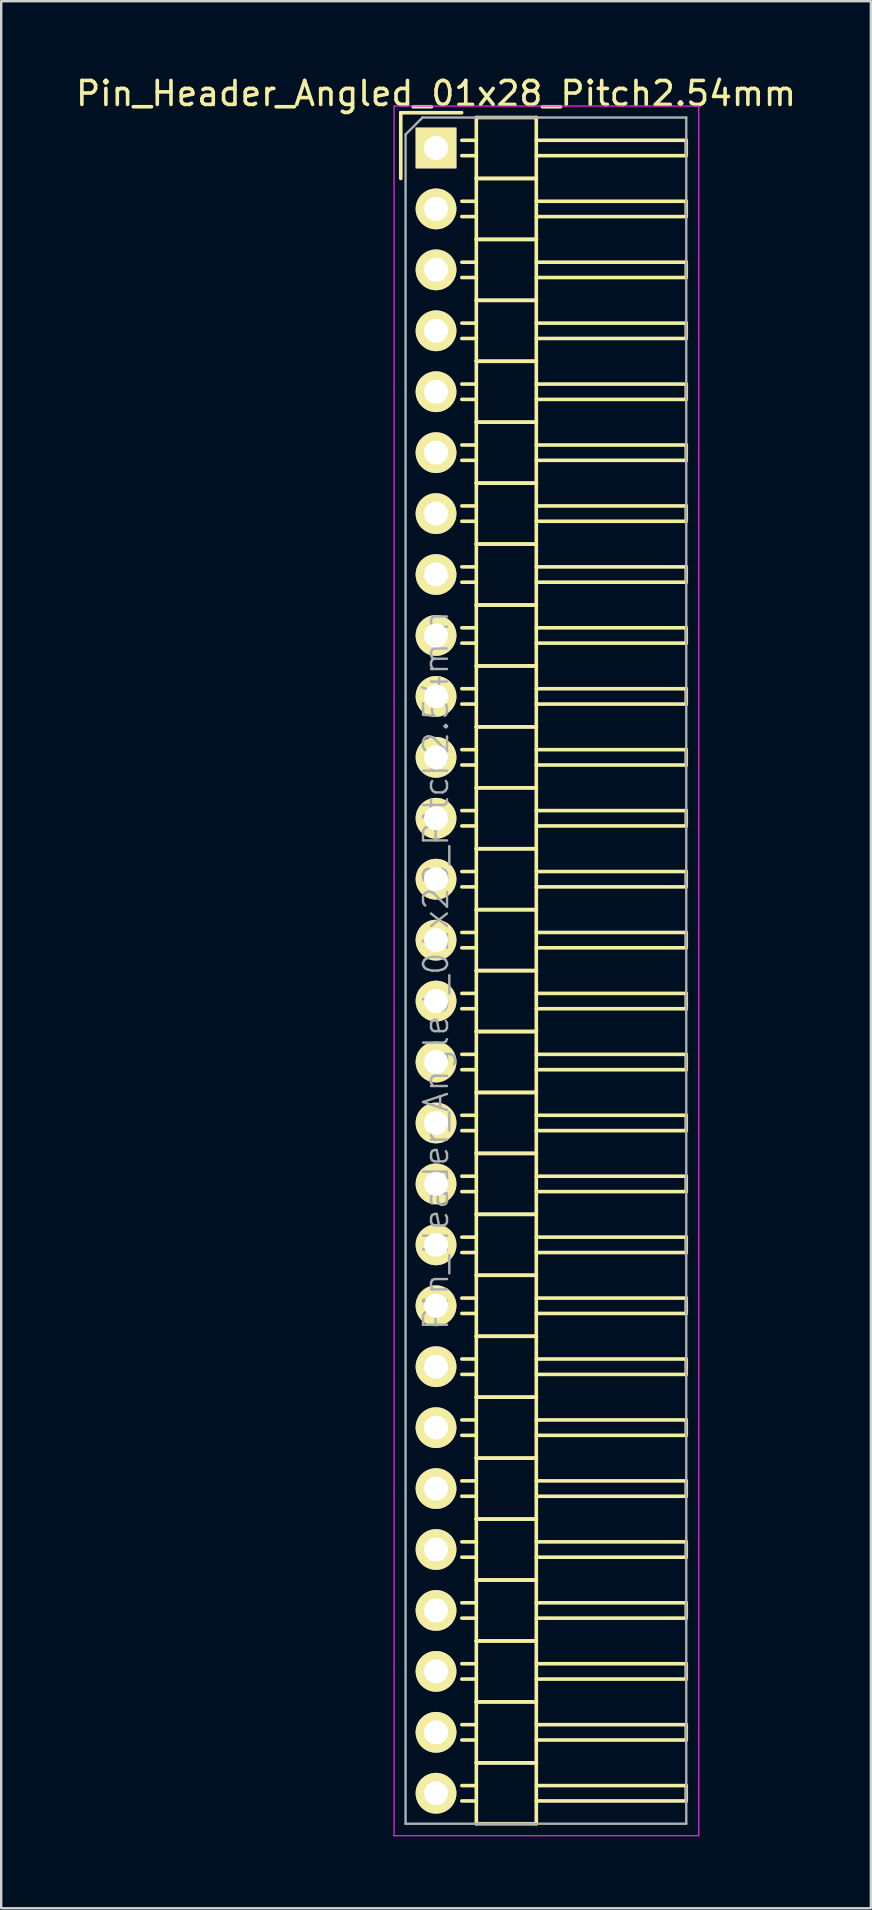
<source format=kicad_pcb>
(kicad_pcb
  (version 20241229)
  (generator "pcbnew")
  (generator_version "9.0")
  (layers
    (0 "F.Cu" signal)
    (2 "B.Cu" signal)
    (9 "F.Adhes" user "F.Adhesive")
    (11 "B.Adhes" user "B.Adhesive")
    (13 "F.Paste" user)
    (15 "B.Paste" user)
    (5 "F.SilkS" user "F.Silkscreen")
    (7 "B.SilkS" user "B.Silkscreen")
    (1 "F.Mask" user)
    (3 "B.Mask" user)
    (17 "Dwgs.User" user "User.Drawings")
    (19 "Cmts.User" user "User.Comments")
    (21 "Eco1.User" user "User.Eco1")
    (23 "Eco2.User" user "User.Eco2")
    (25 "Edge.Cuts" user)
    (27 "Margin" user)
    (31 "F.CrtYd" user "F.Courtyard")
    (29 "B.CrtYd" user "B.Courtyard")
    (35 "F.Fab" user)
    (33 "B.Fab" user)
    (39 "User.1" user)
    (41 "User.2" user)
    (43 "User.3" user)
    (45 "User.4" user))
  (footprint "Pin_Header_Angled_01x28_Pitch2.54mm"
    (layer "F.Cu")
    (at 15.125 3.118)
    (property "Reference" "Pin_Header_Angled_01x28_Pitch2.54mm" (at 0 -2.27 0) (layer "F.SilkS") (effects (font (size 1 1) (thickness 0.15))))
    (attr smd)
    (fp_line (start -1.47 -1.47) (end -1.47 1.27) (stroke (width 0.15) (type solid)) (layer "F.SilkS"))
    (fp_line (start -1.47 -1.47) (end 1.07 -1.47) (stroke (width 0.15) (type solid)) (layer "F.SilkS"))
    (fp_line (start 1.68 -0.32) (end 1.075 -0.32) (stroke (width 0.15) (type solid)) (layer "F.SilkS"))
    (fp_line (start 1.68 0.32) (end 1.075 0.32) (stroke (width 0.15) (type solid)) (layer "F.SilkS"))
    (fp_line (start 1.68 1.27) (end 1.68 -1.27) (stroke (width 0.15) (type solid)) (layer "F.SilkS"))
    (fp_line (start 1.68 2.22) (end 1.075 2.22) (stroke (width 0.15) (type solid)) (layer "F.SilkS"))
    (fp_line (start 1.68 2.86) (end 1.075 2.86) (stroke (width 0.15) (type solid)) (layer "F.SilkS"))
    (fp_line (start 1.68 3.81) (end 1.68 1.27) (stroke (width 0.15) (type solid)) (layer "F.SilkS"))
    (fp_line (start 1.68 4.76) (end 1.075 4.76) (stroke (width 0.15) (type solid)) (layer "F.SilkS"))
    (fp_line (start 1.68 5.4) (end 1.075 5.4) (stroke (width 0.15) (type solid)) (layer "F.SilkS"))
    (fp_line (start 1.68 6.35) (end 1.68 3.81) (stroke (width 0.15) (type solid)) (layer "F.SilkS"))
    (fp_line (start 1.68 7.3) (end 1.075 7.3) (stroke (width 0.15) (type solid)) (layer "F.SilkS"))
    (fp_line (start 1.68 7.94) (end 1.075 7.94) (stroke (width 0.15) (type solid)) (layer "F.SilkS"))
    (fp_line (start 1.68 8.89) (end 1.68 6.35) (stroke (width 0.15) (type solid)) (layer "F.SilkS"))
    (fp_line (start 1.68 9.84) (end 1.075 9.84) (stroke (width 0.15) (type solid)) (layer "F.SilkS"))
    (fp_line (start 1.68 10.48) (end 1.075 10.48) (stroke (width 0.15) (type solid)) (layer "F.SilkS"))
    (fp_line (start 1.68 11.43) (end 1.68 8.89) (stroke (width 0.15) (type solid)) (layer "F.SilkS"))
    (fp_line (start 1.68 12.38) (end 1.075 12.38) (stroke (width 0.15) (type solid)) (layer "F.SilkS"))
    (fp_line (start 1.68 13.02) (end 1.075 13.02) (stroke (width 0.15) (type solid)) (layer "F.SilkS"))
    (fp_line (start 1.68 13.97) (end 1.68 11.43) (stroke (width 0.15) (type solid)) (layer "F.SilkS"))
    (fp_line (start 1.68 14.92) (end 1.075 14.92) (stroke (width 0.15) (type solid)) (layer "F.SilkS"))
    (fp_line (start 1.68 15.56) (end 1.075 15.56) (stroke (width 0.15) (type solid)) (layer "F.SilkS"))
    (fp_line (start 1.68 16.51) (end 1.68 13.97) (stroke (width 0.15) (type solid)) (layer "F.SilkS"))
    (fp_line (start 1.68 17.46) (end 1.075 17.46) (stroke (width 0.15) (type solid)) (layer "F.SilkS"))
    (fp_line (start 1.68 18.1) (end 1.075 18.1) (stroke (width 0.15) (type solid)) (layer "F.SilkS"))
    (fp_line (start 1.68 19.05) (end 1.68 16.51) (stroke (width 0.15) (type solid)) (layer "F.SilkS"))
    (fp_line (start 1.68 20) (end 1.075 20) (stroke (width 0.15) (type solid)) (layer "F.SilkS"))
    (fp_line (start 1.68 20.64) (end 1.075 20.64) (stroke (width 0.15) (type solid)) (layer "F.SilkS"))
    (fp_line (start 1.68 21.59) (end 1.68 19.05) (stroke (width 0.15) (type solid)) (layer "F.SilkS"))
    (fp_line (start 1.68 22.54) (end 1.075 22.54) (stroke (width 0.15) (type solid)) (layer "F.SilkS"))
    (fp_line (start 1.68 23.18) (end 1.075 23.18) (stroke (width 0.15) (type solid)) (layer "F.SilkS"))
    (fp_line (start 1.68 24.13) (end 1.68 21.59) (stroke (width 0.15) (type solid)) (layer "F.SilkS"))
    (fp_line (start 1.68 25.08) (end 1.075 25.08) (stroke (width 0.15) (type solid)) (layer "F.SilkS"))
    (fp_line (start 1.68 25.72) (end 1.075 25.72) (stroke (width 0.15) (type solid)) (layer "F.SilkS"))
    (fp_line (start 1.68 26.67) (end 1.68 24.13) (stroke (width 0.15) (type solid)) (layer "F.SilkS"))
    (fp_line (start 1.68 27.62) (end 1.075 27.62) (stroke (width 0.15) (type solid)) (layer "F.SilkS"))
    (fp_line (start 1.68 28.26) (end 1.075 28.26) (stroke (width 0.15) (type solid)) (layer "F.SilkS"))
    (fp_line (start 1.68 29.21) (end 1.68 26.67) (stroke (width 0.15) (type solid)) (layer "F.SilkS"))
    (fp_line (start 1.68 30.16) (end 1.075 30.16) (stroke (width 0.15) (type solid)) (layer "F.SilkS"))
    (fp_line (start 1.68 30.8) (end 1.075 30.8) (stroke (width 0.15) (type solid)) (layer "F.SilkS"))
    (fp_line (start 1.68 31.75) (end 1.68 29.21) (stroke (width 0.15) (type solid)) (layer "F.SilkS"))
    (fp_line (start 1.68 32.7) (end 1.075 32.7) (stroke (width 0.15) (type solid)) (layer "F.SilkS"))
    (fp_line (start 1.68 33.34) (end 1.075 33.34) (stroke (width 0.15) (type solid)) (layer "F.SilkS"))
    (fp_line (start 1.68 34.29) (end 1.68 31.75) (stroke (width 0.15) (type solid)) (layer "F.SilkS"))
    (fp_line (start 1.68 35.24) (end 1.075 35.24) (stroke (width 0.15) (type solid)) (layer "F.SilkS"))
    (fp_line (start 1.68 35.88) (end 1.075 35.88) (stroke (width 0.15) (type solid)) (layer "F.SilkS"))
    (fp_line (start 1.68 36.83) (end 1.68 34.29) (stroke (width 0.15) (type solid)) (layer "F.SilkS"))
    (fp_line (start 1.68 37.78) (end 1.075 37.78) (stroke (width 0.15) (type solid)) (layer "F.SilkS"))
    (fp_line (start 1.68 38.42) (end 1.075 38.42) (stroke (width 0.15) (type solid)) (layer "F.SilkS"))
    (fp_line (start 1.68 39.37) (end 1.68 36.83) (stroke (width 0.15) (type solid)) (layer "F.SilkS"))
    (fp_line (start 1.68 40.32) (end 1.075 40.32) (stroke (width 0.15) (type solid)) (layer "F.SilkS"))
    (fp_line (start 1.68 40.96) (end 1.075 40.96) (stroke (width 0.15) (type solid)) (layer "F.SilkS"))
    (fp_line (start 1.68 41.91) (end 1.68 39.37) (stroke (width 0.15) (type solid)) (layer "F.SilkS"))
    (fp_line (start 1.68 42.86) (end 1.075 42.86) (stroke (width 0.15) (type solid)) (layer "F.SilkS"))
    (fp_line (start 1.68 43.5) (end 1.075 43.5) (stroke (width 0.15) (type solid)) (layer "F.SilkS"))
    (fp_line (start 1.68 44.45) (end 1.68 41.91) (stroke (width 0.15) (type solid)) (layer "F.SilkS"))
    (fp_line (start 1.68 45.4) (end 1.075 45.4) (stroke (width 0.15) (type solid)) (layer "F.SilkS"))
    (fp_line (start 1.68 46.04) (end 1.075 46.04) (stroke (width 0.15) (type solid)) (layer "F.SilkS"))
    (fp_line (start 1.68 46.99) (end 1.68 44.45) (stroke (width 0.15) (type solid)) (layer "F.SilkS"))
    (fp_line (start 1.68 47.94) (end 1.075 47.94) (stroke (width 0.15) (type solid)) (layer "F.SilkS"))
    (fp_line (start 1.68 48.58) (end 1.075 48.58) (stroke (width 0.15) (type solid)) (layer "F.SilkS"))
    (fp_line (start 1.68 49.53) (end 1.68 46.99) (stroke (width 0.15) (type solid)) (layer "F.SilkS"))
    (fp_line (start 1.68 50.48) (end 1.075 50.48) (stroke (width 0.15) (type solid)) (layer "F.SilkS"))
    (fp_line (start 1.68 51.12) (end 1.075 51.12) (stroke (width 0.15) (type solid)) (layer "F.SilkS"))
    (fp_line (start 1.68 52.07) (end 1.68 49.53) (stroke (width 0.15) (type solid)) (layer "F.SilkS"))
    (fp_line (start 1.68 53.02) (end 1.075 53.02) (stroke (width 0.15) (type solid)) (layer "F.SilkS"))
    (fp_line (start 1.68 53.66) (end 1.075 53.66) (stroke (width 0.15) (type solid)) (layer "F.SilkS"))
    (fp_line (start 1.68 54.61) (end 1.68 52.07) (stroke (width 0.15) (type solid)) (layer "F.SilkS"))
    (fp_line (start 1.68 55.56) (end 1.075 55.56) (stroke (width 0.15) (type solid)) (layer "F.SilkS"))
    (fp_line (start 1.68 56.2) (end 1.075 56.2) (stroke (width 0.15) (type solid)) (layer "F.SilkS"))
    (fp_line (start 1.68 57.15) (end 1.68 54.61) (stroke (width 0.15) (type solid)) (layer "F.SilkS"))
    (fp_line (start 1.68 58.1) (end 1.075 58.1) (stroke (width 0.15) (type solid)) (layer "F.SilkS"))
    (fp_line (start 1.68 58.74) (end 1.075 58.74) (stroke (width 0.15) (type solid)) (layer "F.SilkS"))
    (fp_line (start 1.68 59.69) (end 1.68 57.15) (stroke (width 0.15) (type solid)) (layer "F.SilkS"))
    (fp_line (start 1.68 60.64) (end 1.075 60.64) (stroke (width 0.15) (type solid)) (layer "F.SilkS"))
    (fp_line (start 1.68 61.28) (end 1.075 61.28) (stroke (width 0.15) (type solid)) (layer "F.SilkS"))
    (fp_line (start 1.68 62.23) (end 1.68 59.69) (stroke (width 0.15) (type solid)) (layer "F.SilkS"))
    (fp_line (start 1.68 63.18) (end 1.075 63.18) (stroke (width 0.15) (type solid)) (layer "F.SilkS"))
    (fp_line (start 1.68 63.82) (end 1.075 63.82) (stroke (width 0.15) (type solid)) (layer "F.SilkS"))
    (fp_line (start 1.68 64.77) (end 1.68 62.23) (stroke (width 0.15) (type solid)) (layer "F.SilkS"))
    (fp_line (start 1.68 65.72) (end 1.075 65.72) (stroke (width 0.15) (type solid)) (layer "F.SilkS"))
    (fp_line (start 1.68 66.36) (end 1.075 66.36) (stroke (width 0.15) (type solid)) (layer "F.SilkS"))
    (fp_line (start 1.68 67.31) (end 1.68 64.77) (stroke (width 0.15) (type solid)) (layer "F.SilkS"))
    (fp_line (start 1.68 68.26) (end 1.075 68.26) (stroke (width 0.15) (type solid)) (layer "F.SilkS"))
    (fp_line (start 1.68 68.9) (end 1.075 68.9) (stroke (width 0.15) (type solid)) (layer "F.SilkS"))
    (fp_line (start 1.68 69.85) (end 1.68 67.31) (stroke (width 0.15) (type solid)) (layer "F.SilkS"))
    (fp_line (start 4.18 -1.27) (end 1.68 -1.27) (stroke (width 0.15) (type solid)) (layer "F.SilkS"))
    (fp_line (start 4.18 -0.32) (end 10.43 -0.32) (stroke (width 0.15) (type solid)) (layer "F.SilkS"))
    (fp_line (start 4.18 0.32) (end 10.43 0.32) (stroke (width 0.15) (type solid)) (layer "F.SilkS"))
    (fp_line (start 4.18 1.27) (end 1.68 1.27) (stroke (width 0.15) (type solid)) (layer "F.SilkS"))
    (fp_line (start 4.18 1.27) (end 1.68 1.27) (stroke (width 0.15) (type solid)) (layer "F.SilkS"))
    (fp_line (start 4.18 1.27) (end 4.18 -1.27) (stroke (width 0.15) (type solid)) (layer "F.SilkS"))
    (fp_line (start 4.18 2.22) (end 10.43 2.22) (stroke (width 0.15) (type solid)) (layer "F.SilkS"))
    (fp_line (start 4.18 2.86) (end 10.43 2.86) (stroke (width 0.15) (type solid)) (layer "F.SilkS"))
    (fp_line (start 4.18 3.81) (end 1.68 3.81) (stroke (width 0.15) (type solid)) (layer "F.SilkS"))
    (fp_line (start 4.18 3.81) (end 1.68 3.81) (stroke (width 0.15) (type solid)) (layer "F.SilkS"))
    (fp_line (start 4.18 3.81) (end 4.18 1.27) (stroke (width 0.15) (type solid)) (layer "F.SilkS"))
    (fp_line (start 4.18 4.76) (end 10.43 4.76) (stroke (width 0.15) (type solid)) (layer "F.SilkS"))
    (fp_line (start 4.18 5.4) (end 10.43 5.4) (stroke (width 0.15) (type solid)) (layer "F.SilkS"))
    (fp_line (start 4.18 6.35) (end 1.68 6.35) (stroke (width 0.15) (type solid)) (layer "F.SilkS"))
    (fp_line (start 4.18 6.35) (end 1.68 6.35) (stroke (width 0.15) (type solid)) (layer "F.SilkS"))
    (fp_line (start 4.18 6.35) (end 4.18 3.81) (stroke (width 0.15) (type solid)) (layer "F.SilkS"))
    (fp_line (start 4.18 7.3) (end 10.43 7.3) (stroke (width 0.15) (type solid)) (layer "F.SilkS"))
    (fp_line (start 4.18 7.94) (end 10.43 7.94) (stroke (width 0.15) (type solid)) (layer "F.SilkS"))
    (fp_line (start 4.18 8.89) (end 1.68 8.89) (stroke (width 0.15) (type solid)) (layer "F.SilkS"))
    (fp_line (start 4.18 8.89) (end 1.68 8.89) (stroke (width 0.15) (type solid)) (layer "F.SilkS"))
    (fp_line (start 4.18 8.89) (end 4.18 6.35) (stroke (width 0.15) (type solid)) (layer "F.SilkS"))
    (fp_line (start 4.18 9.84) (end 10.43 9.84) (stroke (width 0.15) (type solid)) (layer "F.SilkS"))
    (fp_line (start 4.18 10.48) (end 10.43 10.48) (stroke (width 0.15) (type solid)) (layer "F.SilkS"))
    (fp_line (start 4.18 11.43) (end 1.68 11.43) (stroke (width 0.15) (type solid)) (layer "F.SilkS"))
    (fp_line (start 4.18 11.43) (end 1.68 11.43) (stroke (width 0.15) (type solid)) (layer "F.SilkS"))
    (fp_line (start 4.18 11.43) (end 4.18 8.89) (stroke (width 0.15) (type solid)) (layer "F.SilkS"))
    (fp_line (start 4.18 12.38) (end 10.43 12.38) (stroke (width 0.15) (type solid)) (layer "F.SilkS"))
    (fp_line (start 4.18 13.02) (end 10.43 13.02) (stroke (width 0.15) (type solid)) (layer "F.SilkS"))
    (fp_line (start 4.18 13.97) (end 1.68 13.97) (stroke (width 0.15) (type solid)) (layer "F.SilkS"))
    (fp_line (start 4.18 13.97) (end 1.68 13.97) (stroke (width 0.15) (type solid)) (layer "F.SilkS"))
    (fp_line (start 4.18 13.97) (end 4.18 11.43) (stroke (width 0.15) (type solid)) (layer "F.SilkS"))
    (fp_line (start 4.18 14.92) (end 10.43 14.92) (stroke (width 0.15) (type solid)) (layer "F.SilkS"))
    (fp_line (start 4.18 15.56) (end 10.43 15.56) (stroke (width 0.15) (type solid)) (layer "F.SilkS"))
    (fp_line (start 4.18 16.51) (end 1.68 16.51) (stroke (width 0.15) (type solid)) (layer "F.SilkS"))
    (fp_line (start 4.18 16.51) (end 1.68 16.51) (stroke (width 0.15) (type solid)) (layer "F.SilkS"))
    (fp_line (start 4.18 16.51) (end 4.18 13.97) (stroke (width 0.15) (type solid)) (layer "F.SilkS"))
    (fp_line (start 4.18 17.46) (end 10.43 17.46) (stroke (width 0.15) (type solid)) (layer "F.SilkS"))
    (fp_line (start 4.18 18.1) (end 10.43 18.1) (stroke (width 0.15) (type solid)) (layer "F.SilkS"))
    (fp_line (start 4.18 19.05) (end 1.68 19.05) (stroke (width 0.15) (type solid)) (layer "F.SilkS"))
    (fp_line (start 4.18 19.05) (end 1.68 19.05) (stroke (width 0.15) (type solid)) (layer "F.SilkS"))
    (fp_line (start 4.18 19.05) (end 4.18 16.51) (stroke (width 0.15) (type solid)) (layer "F.SilkS"))
    (fp_line (start 4.18 20) (end 10.43 20) (stroke (width 0.15) (type solid)) (layer "F.SilkS"))
    (fp_line (start 4.18 20.64) (end 10.43 20.64) (stroke (width 0.15) (type solid)) (layer "F.SilkS"))
    (fp_line (start 4.18 21.59) (end 1.68 21.59) (stroke (width 0.15) (type solid)) (layer "F.SilkS"))
    (fp_line (start 4.18 21.59) (end 1.68 21.59) (stroke (width 0.15) (type solid)) (layer "F.SilkS"))
    (fp_line (start 4.18 21.59) (end 4.18 19.05) (stroke (width 0.15) (type solid)) (layer "F.SilkS"))
    (fp_line (start 4.18 22.54) (end 10.43 22.54) (stroke (width 0.15) (type solid)) (layer "F.SilkS"))
    (fp_line (start 4.18 23.18) (end 10.43 23.18) (stroke (width 0.15) (type solid)) (layer "F.SilkS"))
    (fp_line (start 4.18 24.13) (end 1.68 24.13) (stroke (width 0.15) (type solid)) (layer "F.SilkS"))
    (fp_line (start 4.18 24.13) (end 1.68 24.13) (stroke (width 0.15) (type solid)) (layer "F.SilkS"))
    (fp_line (start 4.18 24.13) (end 4.18 21.59) (stroke (width 0.15) (type solid)) (layer "F.SilkS"))
    (fp_line (start 4.18 25.08) (end 10.43 25.08) (stroke (width 0.15) (type solid)) (layer "F.SilkS"))
    (fp_line (start 4.18 25.72) (end 10.43 25.72) (stroke (width 0.15) (type solid)) (layer "F.SilkS"))
    (fp_line (start 4.18 26.67) (end 1.68 26.67) (stroke (width 0.15) (type solid)) (layer "F.SilkS"))
    (fp_line (start 4.18 26.67) (end 1.68 26.67) (stroke (width 0.15) (type solid)) (layer "F.SilkS"))
    (fp_line (start 4.18 26.67) (end 4.18 24.13) (stroke (width 0.15) (type solid)) (layer "F.SilkS"))
    (fp_line (start 4.18 27.62) (end 10.43 27.62) (stroke (width 0.15) (type solid)) (layer "F.SilkS"))
    (fp_line (start 4.18 28.26) (end 10.43 28.26) (stroke (width 0.15) (type solid)) (layer "F.SilkS"))
    (fp_line (start 4.18 29.21) (end 1.68 29.21) (stroke (width 0.15) (type solid)) (layer "F.SilkS"))
    (fp_line (start 4.18 29.21) (end 1.68 29.21) (stroke (width 0.15) (type solid)) (layer "F.SilkS"))
    (fp_line (start 4.18 29.21) (end 4.18 26.67) (stroke (width 0.15) (type solid)) (layer "F.SilkS"))
    (fp_line (start 4.18 30.16) (end 10.43 30.16) (stroke (width 0.15) (type solid)) (layer "F.SilkS"))
    (fp_line (start 4.18 30.8) (end 10.43 30.8) (stroke (width 0.15) (type solid)) (layer "F.SilkS"))
    (fp_line (start 4.18 31.75) (end 1.68 31.75) (stroke (width 0.15) (type solid)) (layer "F.SilkS"))
    (fp_line (start 4.18 31.75) (end 1.68 31.75) (stroke (width 0.15) (type solid)) (layer "F.SilkS"))
    (fp_line (start 4.18 31.75) (end 4.18 29.21) (stroke (width 0.15) (type solid)) (layer "F.SilkS"))
    (fp_line (start 4.18 32.7) (end 10.43 32.7) (stroke (width 0.15) (type solid)) (layer "F.SilkS"))
    (fp_line (start 4.18 33.34) (end 10.43 33.34) (stroke (width 0.15) (type solid)) (layer "F.SilkS"))
    (fp_line (start 4.18 34.29) (end 1.68 34.29) (stroke (width 0.15) (type solid)) (layer "F.SilkS"))
    (fp_line (start 4.18 34.29) (end 1.68 34.29) (stroke (width 0.15) (type solid)) (layer "F.SilkS"))
    (fp_line (start 4.18 34.29) (end 4.18 31.75) (stroke (width 0.15) (type solid)) (layer "F.SilkS"))
    (fp_line (start 4.18 35.24) (end 10.43 35.24) (stroke (width 0.15) (type solid)) (layer "F.SilkS"))
    (fp_line (start 4.18 35.88) (end 10.43 35.88) (stroke (width 0.15) (type solid)) (layer "F.SilkS"))
    (fp_line (start 4.18 36.83) (end 1.68 36.83) (stroke (width 0.15) (type solid)) (layer "F.SilkS"))
    (fp_line (start 4.18 36.83) (end 1.68 36.83) (stroke (width 0.15) (type solid)) (layer "F.SilkS"))
    (fp_line (start 4.18 36.83) (end 4.18 34.29) (stroke (width 0.15) (type solid)) (layer "F.SilkS"))
    (fp_line (start 4.18 37.78) (end 10.43 37.78) (stroke (width 0.15) (type solid)) (layer "F.SilkS"))
    (fp_line (start 4.18 38.42) (end 10.43 38.42) (stroke (width 0.15) (type solid)) (layer "F.SilkS"))
    (fp_line (start 4.18 39.37) (end 1.68 39.37) (stroke (width 0.15) (type solid)) (layer "F.SilkS"))
    (fp_line (start 4.18 39.37) (end 1.68 39.37) (stroke (width 0.15) (type solid)) (layer "F.SilkS"))
    (fp_line (start 4.18 39.37) (end 4.18 36.83) (stroke (width 0.15) (type solid)) (layer "F.SilkS"))
    (fp_line (start 4.18 40.32) (end 10.43 40.32) (stroke (width 0.15) (type solid)) (layer "F.SilkS"))
    (fp_line (start 4.18 40.96) (end 10.43 40.96) (stroke (width 0.15) (type solid)) (layer "F.SilkS"))
    (fp_line (start 4.18 41.91) (end 1.68 41.91) (stroke (width 0.15) (type solid)) (layer "F.SilkS"))
    (fp_line (start 4.18 41.91) (end 1.68 41.91) (stroke (width 0.15) (type solid)) (layer "F.SilkS"))
    (fp_line (start 4.18 41.91) (end 4.18 39.37) (stroke (width 0.15) (type solid)) (layer "F.SilkS"))
    (fp_line (start 4.18 42.86) (end 10.43 42.86) (stroke (width 0.15) (type solid)) (layer "F.SilkS"))
    (fp_line (start 4.18 43.5) (end 10.43 43.5) (stroke (width 0.15) (type solid)) (layer "F.SilkS"))
    (fp_line (start 4.18 44.45) (end 1.68 44.45) (stroke (width 0.15) (type solid)) (layer "F.SilkS"))
    (fp_line (start 4.18 44.45) (end 1.68 44.45) (stroke (width 0.15) (type solid)) (layer "F.SilkS"))
    (fp_line (start 4.18 44.45) (end 4.18 41.91) (stroke (width 0.15) (type solid)) (layer "F.SilkS"))
    (fp_line (start 4.18 45.4) (end 10.43 45.4) (stroke (width 0.15) (type solid)) (layer "F.SilkS"))
    (fp_line (start 4.18 46.04) (end 10.43 46.04) (stroke (width 0.15) (type solid)) (layer "F.SilkS"))
    (fp_line (start 4.18 46.99) (end 1.68 46.99) (stroke (width 0.15) (type solid)) (layer "F.SilkS"))
    (fp_line (start 4.18 46.99) (end 1.68 46.99) (stroke (width 0.15) (type solid)) (layer "F.SilkS"))
    (fp_line (start 4.18 46.99) (end 4.18 44.45) (stroke (width 0.15) (type solid)) (layer "F.SilkS"))
    (fp_line (start 4.18 47.94) (end 10.43 47.94) (stroke (width 0.15) (type solid)) (layer "F.SilkS"))
    (fp_line (start 4.18 48.58) (end 10.43 48.58) (stroke (width 0.15) (type solid)) (layer "F.SilkS"))
    (fp_line (start 4.18 49.53) (end 1.68 49.53) (stroke (width 0.15) (type solid)) (layer "F.SilkS"))
    (fp_line (start 4.18 49.53) (end 1.68 49.53) (stroke (width 0.15) (type solid)) (layer "F.SilkS"))
    (fp_line (start 4.18 49.53) (end 4.18 46.99) (stroke (width 0.15) (type solid)) (layer "F.SilkS"))
    (fp_line (start 4.18 50.48) (end 10.43 50.48) (stroke (width 0.15) (type solid)) (layer "F.SilkS"))
    (fp_line (start 4.18 51.12) (end 10.43 51.12) (stroke (width 0.15) (type solid)) (layer "F.SilkS"))
    (fp_line (start 4.18 52.07) (end 1.68 52.07) (stroke (width 0.15) (type solid)) (layer "F.SilkS"))
    (fp_line (start 4.18 52.07) (end 1.68 52.07) (stroke (width 0.15) (type solid)) (layer "F.SilkS"))
    (fp_line (start 4.18 52.07) (end 4.18 49.53) (stroke (width 0.15) (type solid)) (layer "F.SilkS"))
    (fp_line (start 4.18 53.02) (end 10.43 53.02) (stroke (width 0.15) (type solid)) (layer "F.SilkS"))
    (fp_line (start 4.18 53.66) (end 10.43 53.66) (stroke (width 0.15) (type solid)) (layer "F.SilkS"))
    (fp_line (start 4.18 54.61) (end 1.68 54.61) (stroke (width 0.15) (type solid)) (layer "F.SilkS"))
    (fp_line (start 4.18 54.61) (end 1.68 54.61) (stroke (width 0.15) (type solid)) (layer "F.SilkS"))
    (fp_line (start 4.18 54.61) (end 4.18 52.07) (stroke (width 0.15) (type solid)) (layer "F.SilkS"))
    (fp_line (start 4.18 55.56) (end 10.43 55.56) (stroke (width 0.15) (type solid)) (layer "F.SilkS"))
    (fp_line (start 4.18 56.2) (end 10.43 56.2) (stroke (width 0.15) (type solid)) (layer "F.SilkS"))
    (fp_line (start 4.18 57.15) (end 1.68 57.15) (stroke (width 0.15) (type solid)) (layer "F.SilkS"))
    (fp_line (start 4.18 57.15) (end 1.68 57.15) (stroke (width 0.15) (type solid)) (layer "F.SilkS"))
    (fp_line (start 4.18 57.15) (end 4.18 54.61) (stroke (width 0.15) (type solid)) (layer "F.SilkS"))
    (fp_line (start 4.18 58.1) (end 10.43 58.1) (stroke (width 0.15) (type solid)) (layer "F.SilkS"))
    (fp_line (start 4.18 58.74) (end 10.43 58.74) (stroke (width 0.15) (type solid)) (layer "F.SilkS"))
    (fp_line (start 4.18 59.69) (end 1.68 59.69) (stroke (width 0.15) (type solid)) (layer "F.SilkS"))
    (fp_line (start 4.18 59.69) (end 1.68 59.69) (stroke (width 0.15) (type solid)) (layer "F.SilkS"))
    (fp_line (start 4.18 59.69) (end 4.18 57.15) (stroke (width 0.15) (type solid)) (layer "F.SilkS"))
    (fp_line (start 4.18 60.64) (end 10.43 60.64) (stroke (width 0.15) (type solid)) (layer "F.SilkS"))
    (fp_line (start 4.18 61.28) (end 10.43 61.28) (stroke (width 0.15) (type solid)) (layer "F.SilkS"))
    (fp_line (start 4.18 62.23) (end 1.68 62.23) (stroke (width 0.15) (type solid)) (layer "F.SilkS"))
    (fp_line (start 4.18 62.23) (end 1.68 62.23) (stroke (width 0.15) (type solid)) (layer "F.SilkS"))
    (fp_line (start 4.18 62.23) (end 4.18 59.69) (stroke (width 0.15) (type solid)) (layer "F.SilkS"))
    (fp_line (start 4.18 63.18) (end 10.43 63.18) (stroke (width 0.15) (type solid)) (layer "F.SilkS"))
    (fp_line (start 4.18 63.82) (end 10.43 63.82) (stroke (width 0.15) (type solid)) (layer "F.SilkS"))
    (fp_line (start 4.18 64.77) (end 1.68 64.77) (stroke (width 0.15) (type solid)) (layer "F.SilkS"))
    (fp_line (start 4.18 64.77) (end 1.68 64.77) (stroke (width 0.15) (type solid)) (layer "F.SilkS"))
    (fp_line (start 4.18 64.77) (end 4.18 62.23) (stroke (width 0.15) (type solid)) (layer "F.SilkS"))
    (fp_line (start 4.18 65.72) (end 10.43 65.72) (stroke (width 0.15) (type solid)) (layer "F.SilkS"))
    (fp_line (start 4.18 66.36) (end 10.43 66.36) (stroke (width 0.15) (type solid)) (layer "F.SilkS"))
    (fp_line (start 4.18 67.31) (end 1.68 67.31) (stroke (width 0.15) (type solid)) (layer "F.SilkS"))
    (fp_line (start 4.18 67.31) (end 1.68 67.31) (stroke (width 0.15) (type solid)) (layer "F.SilkS"))
    (fp_line (start 4.18 67.31) (end 4.18 64.77) (stroke (width 0.15) (type solid)) (layer "F.SilkS"))
    (fp_line (start 4.18 68.26) (end 10.43 68.26) (stroke (width 0.15) (type solid)) (layer "F.SilkS"))
    (fp_line (start 4.18 68.9) (end 10.43 68.9) (stroke (width 0.15) (type solid)) (layer "F.SilkS"))
    (fp_line (start 4.18 69.85) (end 1.68 69.85) (stroke (width 0.15) (type solid)) (layer "F.SilkS"))
    (fp_line (start 4.18 69.85) (end 4.18 67.31) (stroke (width 0.15) (type solid)) (layer "F.SilkS"))
    (fp_line (start 10.43 0.32) (end 10.43 -0.32) (stroke (width 0.15) (type solid)) (layer "F.SilkS"))
    (fp_line (start 10.43 2.86) (end 10.43 2.22) (stroke (width 0.15) (type solid)) (layer "F.SilkS"))
    (fp_line (start 10.43 5.4) (end 10.43 4.76) (stroke (width 0.15) (type solid)) (layer "F.SilkS"))
    (fp_line (start 10.43 7.94) (end 10.43 7.3) (stroke (width 0.15) (type solid)) (layer "F.SilkS"))
    (fp_line (start 10.43 10.48) (end 10.43 9.84) (stroke (width 0.15) (type solid)) (layer "F.SilkS"))
    (fp_line (start 10.43 13.02) (end 10.43 12.38) (stroke (width 0.15) (type solid)) (layer "F.SilkS"))
    (fp_line (start 10.43 15.56) (end 10.43 14.92) (stroke (width 0.15) (type solid)) (layer "F.SilkS"))
    (fp_line (start 10.43 18.1) (end 10.43 17.46) (stroke (width 0.15) (type solid)) (layer "F.SilkS"))
    (fp_line (start 10.43 20.64) (end 10.43 20) (stroke (width 0.15) (type solid)) (layer "F.SilkS"))
    (fp_line (start 10.43 23.18) (end 10.43 22.54) (stroke (width 0.15) (type solid)) (layer "F.SilkS"))
    (fp_line (start 10.43 25.72) (end 10.43 25.08) (stroke (width 0.15) (type solid)) (layer "F.SilkS"))
    (fp_line (start 10.43 28.26) (end 10.43 27.62) (stroke (width 0.15) (type solid)) (layer "F.SilkS"))
    (fp_line (start 10.43 30.8) (end 10.43 30.16) (stroke (width 0.15) (type solid)) (layer "F.SilkS"))
    (fp_line (start 10.43 33.34) (end 10.43 32.7) (stroke (width 0.15) (type solid)) (layer "F.SilkS"))
    (fp_line (start 10.43 35.88) (end 10.43 35.24) (stroke (width 0.15) (type solid)) (layer "F.SilkS"))
    (fp_line (start 10.43 38.42) (end 10.43 37.78) (stroke (width 0.15) (type solid)) (layer "F.SilkS"))
    (fp_line (start 10.43 40.96) (end 10.43 40.32) (stroke (width 0.15) (type solid)) (layer "F.SilkS"))
    (fp_line (start 10.43 43.5) (end 10.43 42.86) (stroke (width 0.15) (type solid)) (layer "F.SilkS"))
    (fp_line (start 10.43 46.04) (end 10.43 45.4) (stroke (width 0.15) (type solid)) (layer "F.SilkS"))
    (fp_line (start 10.43 48.58) (end 10.43 47.94) (stroke (width 0.15) (type solid)) (layer "F.SilkS"))
    (fp_line (start 10.43 51.12) (end 10.43 50.48) (stroke (width 0.15) (type solid)) (layer "F.SilkS"))
    (fp_line (start 10.43 53.66) (end 10.43 53.02) (stroke (width 0.15) (type solid)) (layer "F.SilkS"))
    (fp_line (start 10.43 56.2) (end 10.43 55.56) (stroke (width 0.15) (type solid)) (layer "F.SilkS"))
    (fp_line (start 10.43 58.74) (end 10.43 58.1) (stroke (width 0.15) (type solid)) (layer "F.SilkS"))
    (fp_line (start 10.43 61.28) (end 10.43 60.64) (stroke (width 0.15) (type solid)) (layer "F.SilkS"))
    (fp_line (start 10.43 63.82) (end 10.43 63.18) (stroke (width 0.15) (type solid)) (layer "F.SilkS"))
    (fp_line (start 10.43 66.36) (end 10.43 65.72) (stroke (width 0.15) (type solid)) (layer "F.SilkS"))
    (fp_line (start 10.43 68.9) (end 10.43 68.26) (stroke (width 0.15) (type solid)) (layer "F.SilkS"))
    (fp_line (start -1.75 -1.75) (end -1.75 70.35) (stroke (width 0.05) (type solid)) (layer "F.CrtYd"))
    (fp_line (start 10.95 -1.75) (end -1.75 -1.75) (stroke (width 0.05) (type solid)) (layer "F.CrtYd"))
    (fp_line (start 10.95 -1.75) (end 10.95 70.35) (stroke (width 0.05) (type solid)) (layer "F.CrtYd"))
    (fp_line (start 10.95 70.35) (end -1.75 70.35) (stroke (width 0.05) (type solid)) (layer "F.CrtYd"))
    (fp_line (start -1.27 -0.563) (end -0.563 -1.27) (stroke (width 0.1) (type solid)) (layer "F.Fab"))
    (fp_line (start -1.27 69.85) (end -1.27 -0.563) (stroke (width 0.1) (type solid)) (layer "F.Fab"))
    (fp_line (start 10.43 -1.27) (end -0.563 -1.27) (stroke (width 0.1) (type solid)) (layer "F.Fab"))
    (fp_line (start 10.43 69.85) (end -1.27 69.85) (stroke (width 0.1) (type solid)) (layer "F.Fab"))
    (fp_line (start 10.43 69.85) (end 10.43 -1.27) (stroke (width 0.1) (type solid)) (layer "F.Fab"))
    (fp_text user "${REFERENCE}" (at 0 34.29 90) (layer "F.Fab") (effects (font (size 1 1) (thickness 0.1))))
    (pad "1" thru_hole rect (at 0 0) (size 1.7 1.7) (drill 1) (layers "*.Cu" "*.Mask" "F.SilkS"))
    (pad "2" thru_hole oval (at 0 2.54) (size 1.7 1.7) (drill 1) (layers "*.Cu" "*.Mask" "F.SilkS"))
    (pad "3" thru_hole oval (at 0 5.08) (size 1.7 1.7) (drill 1) (layers "*.Cu" "*.Mask" "F.SilkS"))
    (pad "4" thru_hole oval (at 0 7.62) (size 1.7 1.7) (drill 1) (layers "*.Cu" "*.Mask" "F.SilkS"))
    (pad "5" thru_hole oval (at 0 10.16) (size 1.7 1.7) (drill 1) (layers "*.Cu" "*.Mask" "F.SilkS"))
    (pad "6" thru_hole oval (at 0 12.7) (size 1.7 1.7) (drill 1) (layers "*.Cu" "*.Mask" "F.SilkS"))
    (pad "7" thru_hole oval (at 0 15.24) (size 1.7 1.7) (drill 1) (layers "*.Cu" "*.Mask" "F.SilkS"))
    (pad "8" thru_hole oval (at 0 17.78) (size 1.7 1.7) (drill 1) (layers "*.Cu" "*.Mask" "F.SilkS"))
    (pad "9" thru_hole oval (at 0 20.32) (size 1.7 1.7) (drill 1) (layers "*.Cu" "*.Mask" "F.SilkS"))
    (pad "10" thru_hole oval (at 0 22.86) (size 1.7 1.7) (drill 1) (layers "*.Cu" "*.Mask" "F.SilkS"))
    (pad "11" thru_hole oval (at 0 25.4) (size 1.7 1.7) (drill 1) (layers "*.Cu" "*.Mask" "F.SilkS"))
    (pad "12" thru_hole oval (at 0 27.94) (size 1.7 1.7) (drill 1) (layers "*.Cu" "*.Mask" "F.SilkS"))
    (pad "13" thru_hole oval (at 0 30.48) (size 1.7 1.7) (drill 1) (layers "*.Cu" "*.Mask" "F.SilkS"))
    (pad "14" thru_hole oval (at 0 33.02) (size 1.7 1.7) (drill 1) (layers "*.Cu" "*.Mask" "F.SilkS"))
    (pad "15" thru_hole oval (at 0 35.56) (size 1.7 1.7) (drill 1) (layers "*.Cu" "*.Mask" "F.SilkS"))
    (pad "16" thru_hole oval (at 0 38.1) (size 1.7 1.7) (drill 1) (layers "*.Cu" "*.Mask" "F.SilkS"))
    (pad "17" thru_hole oval (at 0 40.64) (size 1.7 1.7) (drill 1) (layers "*.Cu" "*.Mask" "F.SilkS"))
    (pad "18" thru_hole oval (at 0 43.18) (size 1.7 1.7) (drill 1) (layers "*.Cu" "*.Mask" "F.SilkS"))
    (pad "19" thru_hole oval (at 0 45.72) (size 1.7 1.7) (drill 1) (layers "*.Cu" "*.Mask" "F.SilkS"))
    (pad "20" thru_hole oval (at 0 48.26) (size 1.7 1.7) (drill 1) (layers "*.Cu" "*.Mask" "F.SilkS"))
    (pad "21" thru_hole oval (at 0 50.8) (size 1.7 1.7) (drill 1) (layers "*.Cu" "*.Mask" "F.SilkS"))
    (pad "22" thru_hole oval (at 0 53.34) (size 1.7 1.7) (drill 1) (layers "*.Cu" "*.Mask" "F.SilkS"))
    (pad "23" thru_hole oval (at 0 55.88) (size 1.7 1.7) (drill 1) (layers "*.Cu" "*.Mask" "F.SilkS"))
    (pad "24" thru_hole oval (at 0 58.42) (size 1.7 1.7) (drill 1) (layers "*.Cu" "*.Mask" "F.SilkS"))
    (pad "25" thru_hole oval (at 0 60.96) (size 1.7 1.7) (drill 1) (layers "*.Cu" "*.Mask" "F.SilkS"))
    (pad "26" thru_hole oval (at 0 63.5) (size 1.7 1.7) (drill 1) (layers "*.Cu" "*.Mask" "F.SilkS"))
    (pad "27" thru_hole oval (at 0 66.04) (size 1.7 1.7) (drill 1) (layers "*.Cu" "*.Mask" "F.SilkS"))
    (pad "28" thru_hole oval (at 0 68.58) (size 1.7 1.7) (drill 1) (layers "*.Cu" "*.Mask" "F.SilkS")))
  (gr_rect
    (start -3 -3)
    (end 33.25 76.493)
    (stroke (width 0.1) (type default))
    (fill no)
    (layer "Edge.Cuts")))
</source>
